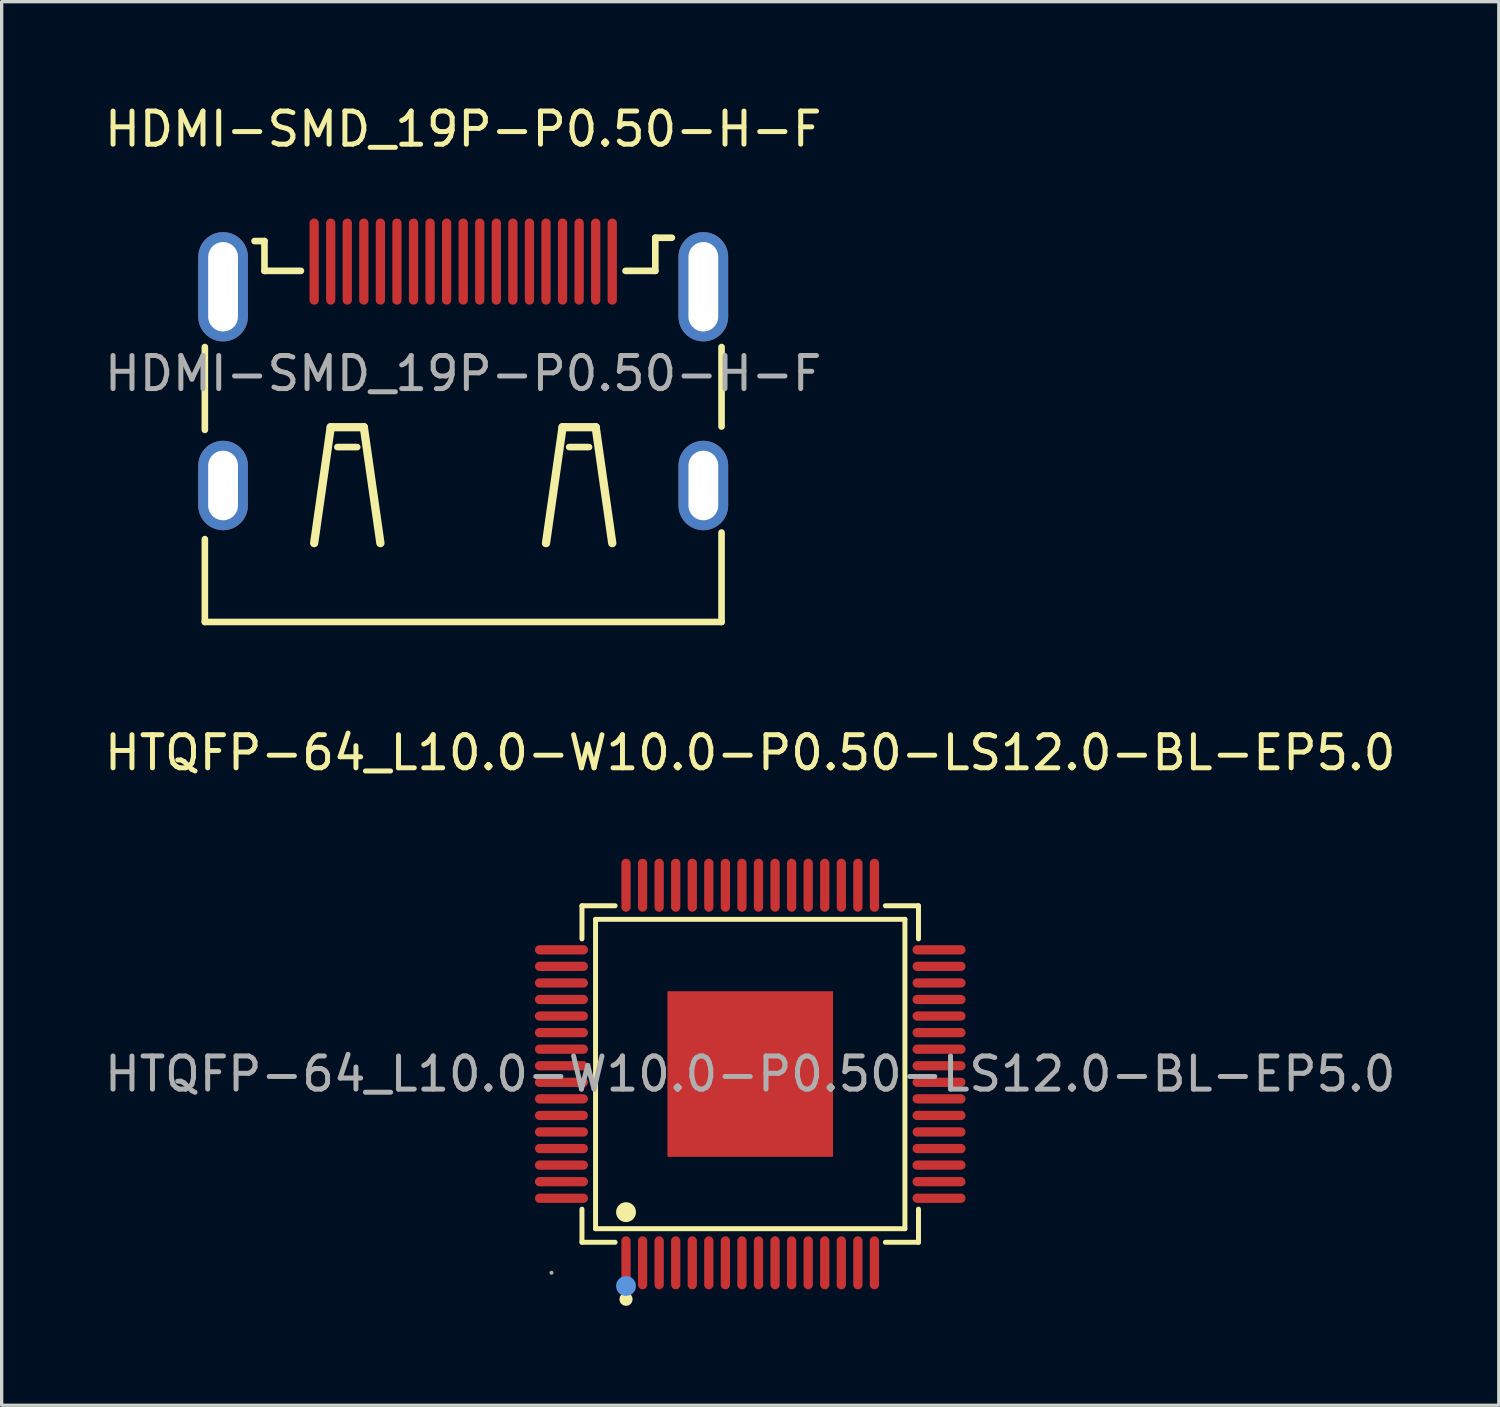
<source format=kicad_pcb>
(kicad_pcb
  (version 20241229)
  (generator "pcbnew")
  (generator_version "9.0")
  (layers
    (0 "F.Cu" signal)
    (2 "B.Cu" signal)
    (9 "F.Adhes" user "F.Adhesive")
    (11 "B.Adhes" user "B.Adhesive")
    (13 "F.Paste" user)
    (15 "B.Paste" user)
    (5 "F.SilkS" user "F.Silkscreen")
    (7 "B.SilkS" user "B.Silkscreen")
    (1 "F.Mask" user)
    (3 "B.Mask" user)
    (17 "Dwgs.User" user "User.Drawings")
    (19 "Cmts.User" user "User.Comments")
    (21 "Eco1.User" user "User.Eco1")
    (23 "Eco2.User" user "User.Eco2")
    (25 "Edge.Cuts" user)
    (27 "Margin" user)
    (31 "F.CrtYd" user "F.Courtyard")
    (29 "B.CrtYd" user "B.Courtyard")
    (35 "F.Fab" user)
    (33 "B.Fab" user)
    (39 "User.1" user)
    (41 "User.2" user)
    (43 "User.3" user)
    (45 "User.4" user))
  (footprint "HTQFP-64_L10.0-W10.0-P0.50-LS12.0-BL-EP5.0"
    (layer "F.Cu")
    (at 19.601 29.377)
    (property "Reference" "HTQFP-64_L10.0-W10.0-P0.50-LS12.0-BL-EP5.0" (at 0 -9.7 0) (layer "F.SilkS") (effects (font (size 1 1) (thickness 0.15))))
    (attr smd)
    (fp_line (start -5.08 -5.08) (end -4.08 -5.08) (stroke (width 0.15) (type solid)) (layer "F.SilkS"))
    (fp_line (start -5.08 -4.08) (end -5.08 -5.08) (stroke (width 0.15) (type solid)) (layer "F.SilkS"))
    (fp_line (start -5.08 4.08) (end -5.08 5.08) (stroke (width 0.15) (type solid)) (layer "F.SilkS"))
    (fp_line (start -5.08 5.08) (end -4.08 5.08) (stroke (width 0.15) (type solid)) (layer "F.SilkS"))
    (fp_line (start -4.67 -4.67) (end 4.67 -4.67) (stroke (width 0.15) (type solid)) (layer "F.SilkS"))
    (fp_line (start -4.67 4.67) (end -4.67 -4.67) (stroke (width 0.15) (type solid)) (layer "F.SilkS"))
    (fp_line (start 4.67 -4.67) (end 4.67 4.67) (stroke (width 0.15) (type solid)) (layer "F.SilkS"))
    (fp_line (start 4.67 4.67) (end -4.67 4.67) (stroke (width 0.15) (type solid)) (layer "F.SilkS"))
    (fp_line (start 5.08 -5.08) (end 4.08 -5.08) (stroke (width 0.15) (type solid)) (layer "F.SilkS"))
    (fp_line (start 5.08 -4.08) (end 5.08 -5.08) (stroke (width 0.15) (type solid)) (layer "F.SilkS"))
    (fp_line (start 5.08 4.08) (end 5.08 5.08) (stroke (width 0.15) (type solid)) (layer "F.SilkS"))
    (fp_line (start 5.08 5.08) (end 4.08 5.08) (stroke (width 0.15) (type solid)) (layer "F.SilkS"))
    (fp_circle (center -3.75 4.17) (end -3.6 4.17) (stroke (width 0.3) (type solid)) (fill no) (layer "F.SilkS"))
    (fp_circle (center -3.75 6.8) (end -3.65 6.8) (stroke (width 0.2) (type solid)) (fill no) (layer "F.SilkS"))
    (fp_circle (center -3.75 6.4) (end -3.6 6.4) (stroke (width 0.3) (type solid)) (fill no) (layer "Cmts.User"))
    (fp_circle (center -6 6) (end -5.97 6) (stroke (width 0.06) (type solid)) (fill no) (layer "F.Fab"))
    (fp_text user "${REFERENCE}" (at 0 0 0) (layer "F.Fab") (effects (font (size 1 1) (thickness 0.15))))
    (pad "1" smd oval (at -3.75 5.7) (size 0.28 1.6) (layers "F.Cu" "F.Mask" "F.Paste"))
    (pad "2" smd oval (at -3.25 5.7) (size 0.28 1.6) (layers "F.Cu" "F.Mask" "F.Paste"))
    (pad "3" smd oval (at -2.75 5.7) (size 0.28 1.6) (layers "F.Cu" "F.Mask" "F.Paste"))
    (pad "4" smd oval (at -2.25 5.7) (size 0.28 1.6) (layers "F.Cu" "F.Mask" "F.Paste"))
    (pad "5" smd oval (at -1.75 5.7) (size 0.28 1.6) (layers "F.Cu" "F.Mask" "F.Paste"))
    (pad "6" smd oval (at -1.25 5.7) (size 0.28 1.6) (layers "F.Cu" "F.Mask" "F.Paste"))
    (pad "7" smd oval (at -0.75 5.7) (size 0.28 1.6) (layers "F.Cu" "F.Mask" "F.Paste"))
    (pad "8" smd oval (at -0.25 5.7) (size 0.28 1.6) (layers "F.Cu" "F.Mask" "F.Paste"))
    (pad "9" smd oval (at 0.25 5.7) (size 0.28 1.6) (layers "F.Cu" "F.Mask" "F.Paste"))
    (pad "10" smd oval (at 0.75 5.7) (size 0.28 1.6) (layers "F.Cu" "F.Mask" "F.Paste"))
    (pad "11" smd oval (at 1.25 5.7) (size 0.28 1.6) (layers "F.Cu" "F.Mask" "F.Paste"))
    (pad "12" smd oval (at 1.75 5.7) (size 0.28 1.6) (layers "F.Cu" "F.Mask" "F.Paste"))
    (pad "13" smd oval (at 2.25 5.7) (size 0.28 1.6) (layers "F.Cu" "F.Mask" "F.Paste"))
    (pad "14" smd oval (at 2.75 5.7) (size 0.28 1.6) (layers "F.Cu" "F.Mask" "F.Paste"))
    (pad "15" smd oval (at 3.25 5.7) (size 0.28 1.6) (layers "F.Cu" "F.Mask" "F.Paste"))
    (pad "16" smd oval (at 3.75 5.7) (size 0.28 1.6) (layers "F.Cu" "F.Mask" "F.Paste"))
    (pad "17" smd oval (at 5.7 3.75) (size 1.6 0.28) (layers "F.Cu" "F.Mask" "F.Paste"))
    (pad "18" smd oval (at 5.7 3.25) (size 1.6 0.28) (layers "F.Cu" "F.Mask" "F.Paste"))
    (pad "19" smd oval (at 5.7 2.75) (size 1.6 0.28) (layers "F.Cu" "F.Mask" "F.Paste"))
    (pad "20" smd oval (at 5.7 2.25) (size 1.6 0.28) (layers "F.Cu" "F.Mask" "F.Paste"))
    (pad "21" smd oval (at 5.7 1.75) (size 1.6 0.28) (layers "F.Cu" "F.Mask" "F.Paste"))
    (pad "22" smd oval (at 5.7 1.25) (size 1.6 0.28) (layers "F.Cu" "F.Mask" "F.Paste"))
    (pad "23" smd oval (at 5.7 0.75) (size 1.6 0.28) (layers "F.Cu" "F.Mask" "F.Paste"))
    (pad "24" smd oval (at 5.7 0.25) (size 1.6 0.28) (layers "F.Cu" "F.Mask" "F.Paste"))
    (pad "25" smd oval (at 5.7 -0.25) (size 1.6 0.28) (layers "F.Cu" "F.Mask" "F.Paste"))
    (pad "26" smd oval (at 5.7 -0.75) (size 1.6 0.28) (layers "F.Cu" "F.Mask" "F.Paste"))
    (pad "27" smd oval (at 5.7 -1.25) (size 1.6 0.28) (layers "F.Cu" "F.Mask" "F.Paste"))
    (pad "28" smd oval (at 5.7 -1.75) (size 1.6 0.28) (layers "F.Cu" "F.Mask" "F.Paste"))
    (pad "29" smd oval (at 5.7 -2.25) (size 1.6 0.28) (layers "F.Cu" "F.Mask" "F.Paste"))
    (pad "30" smd oval (at 5.7 -2.75) (size 1.6 0.28) (layers "F.Cu" "F.Mask" "F.Paste"))
    (pad "31" smd oval (at 5.7 -3.25) (size 1.6 0.28) (layers "F.Cu" "F.Mask" "F.Paste"))
    (pad "32" smd oval (at 5.7 -3.75) (size 1.6 0.28) (layers "F.Cu" "F.Mask" "F.Paste"))
    (pad "33" smd oval (at 3.75 -5.7) (size 0.28 1.6) (layers "F.Cu" "F.Mask" "F.Paste"))
    (pad "34" smd oval (at 3.25 -5.7) (size 0.28 1.6) (layers "F.Cu" "F.Mask" "F.Paste"))
    (pad "35" smd oval (at 2.75 -5.7) (size 0.28 1.6) (layers "F.Cu" "F.Mask" "F.Paste"))
    (pad "36" smd oval (at 2.25 -5.7) (size 0.28 1.6) (layers "F.Cu" "F.Mask" "F.Paste"))
    (pad "37" smd oval (at 1.75 -5.7) (size 0.28 1.6) (layers "F.Cu" "F.Mask" "F.Paste"))
    (pad "38" smd oval (at 1.25 -5.7) (size 0.28 1.6) (layers "F.Cu" "F.Mask" "F.Paste"))
    (pad "39" smd oval (at 0.75 -5.7) (size 0.28 1.6) (layers "F.Cu" "F.Mask" "F.Paste"))
    (pad "40" smd oval (at 0.25 -5.7) (size 0.28 1.6) (layers "F.Cu" "F.Mask" "F.Paste"))
    (pad "41" smd oval (at -0.25 -5.7) (size 0.28 1.6) (layers "F.Cu" "F.Mask" "F.Paste"))
    (pad "42" smd oval (at -0.75 -5.7) (size 0.28 1.6) (layers "F.Cu" "F.Mask" "F.Paste"))
    (pad "43" smd oval (at -1.25 -5.7) (size 0.28 1.6) (layers "F.Cu" "F.Mask" "F.Paste"))
    (pad "44" smd oval (at -1.75 -5.7) (size 0.28 1.6) (layers "F.Cu" "F.Mask" "F.Paste"))
    (pad "45" smd oval (at -2.25 -5.7) (size 0.28 1.6) (layers "F.Cu" "F.Mask" "F.Paste"))
    (pad "46" smd oval (at -2.75 -5.7) (size 0.28 1.6) (layers "F.Cu" "F.Mask" "F.Paste"))
    (pad "47" smd oval (at -3.25 -5.7) (size 0.28 1.6) (layers "F.Cu" "F.Mask" "F.Paste"))
    (pad "48" smd oval (at -3.75 -5.7) (size 0.28 1.6) (layers "F.Cu" "F.Mask" "F.Paste"))
    (pad "49" smd oval (at -5.7 -3.75) (size 1.6 0.28) (layers "F.Cu" "F.Mask" "F.Paste"))
    (pad "50" smd oval (at -5.7 -3.25) (size 1.6 0.28) (layers "F.Cu" "F.Mask" "F.Paste"))
    (pad "51" smd oval (at -5.7 -2.75) (size 1.6 0.28) (layers "F.Cu" "F.Mask" "F.Paste"))
    (pad "52" smd oval (at -5.7 -2.25) (size 1.6 0.28) (layers "F.Cu" "F.Mask" "F.Paste"))
    (pad "53" smd oval (at -5.7 -1.75) (size 1.6 0.28) (layers "F.Cu" "F.Mask" "F.Paste"))
    (pad "54" smd oval (at -5.7 -1.25) (size 1.6 0.28) (layers "F.Cu" "F.Mask" "F.Paste"))
    (pad "55" smd oval (at -5.7 -0.75) (size 1.6 0.28) (layers "F.Cu" "F.Mask" "F.Paste"))
    (pad "56" smd oval (at -5.7 -0.25) (size 1.6 0.28) (layers "F.Cu" "F.Mask" "F.Paste"))
    (pad "57" smd oval (at -5.7 0.25) (size 1.6 0.28) (layers "F.Cu" "F.Mask" "F.Paste"))
    (pad "58" smd oval (at -5.7 0.75) (size 1.6 0.28) (layers "F.Cu" "F.Mask" "F.Paste"))
    (pad "59" smd oval (at -5.7 1.25) (size 1.6 0.28) (layers "F.Cu" "F.Mask" "F.Paste"))
    (pad "60" smd oval (at -5.7 1.75) (size 1.6 0.28) (layers "F.Cu" "F.Mask" "F.Paste"))
    (pad "61" smd oval (at -5.7 2.25) (size 1.6 0.28) (layers "F.Cu" "F.Mask" "F.Paste"))
    (pad "62" smd oval (at -5.7 2.75) (size 1.6 0.28) (layers "F.Cu" "F.Mask" "F.Paste"))
    (pad "63" smd oval (at -5.7 3.25) (size 1.6 0.28) (layers "F.Cu" "F.Mask" "F.Paste"))
    (pad "64" smd oval (at -5.7 3.75) (size 1.6 0.28) (layers "F.Cu" "F.Mask" "F.Paste"))
    (pad "65" smd rect (at 0 0) (size 5 5) (layers "F.Cu" "F.Mask" "F.Paste")))
  (footprint "HDMI-SMD_19P-P0.50-H-F"
    (layer "F.Cu")
    (at 10.935 8.228)
    (property "Reference" "HDMI-SMD_19P-P0.50-H-F" (at 0 -7.38 0) (layer "F.SilkS") (effects (font (size 1 1) (thickness 0.15))))
    (attr smd)
    (fp_line (start -7.8 -0.8) (end -7.8 1.7) (stroke (width 0.2) (type solid)) (layer "F.SilkS"))
    (fp_line (start -7.8 5) (end -7.8 7.5) (stroke (width 0.2) (type solid)) (layer "F.SilkS"))
    (fp_line (start -7.8 7.5) (end 7.8 7.5) (stroke (width 0.2) (type solid)) (layer "F.SilkS"))
    (fp_line (start -6 -4) (end -6.3 -4) (stroke (width 0.2) (type solid)) (layer "F.SilkS"))
    (fp_line (start -6 -3.1) (end -6 -4) (stroke (width 0.2) (type solid)) (layer "F.SilkS"))
    (fp_line (start -4.9 -3.1) (end -6 -3.1) (stroke (width 0.2) (type solid)) (layer "F.SilkS"))
    (fp_line (start -4 1.62) (end -4.5 5.12) (stroke (width 0.25) (type solid)) (layer "F.SilkS"))
    (fp_line (start -3.2 2.22) (end -3.8 2.22) (stroke (width 0.2) (type solid)) (layer "F.SilkS"))
    (fp_line (start -3 1.62) (end -4 1.62) (stroke (width 0.25) (type solid)) (layer "F.SilkS"))
    (fp_line (start -2.5 5.12) (end -3 1.62) (stroke (width 0.25) (type solid)) (layer "F.SilkS"))
    (fp_line (start 2.5 5.12) (end 3 1.62) (stroke (width 0.25) (type solid)) (layer "F.SilkS"))
    (fp_line (start 3 1.62) (end 4 1.62) (stroke (width 0.25) (type solid)) (layer "F.SilkS"))
    (fp_line (start 3.2 2.22) (end 3.8 2.22) (stroke (width 0.2) (type solid)) (layer "F.SilkS"))
    (fp_line (start 4 1.62) (end 4.5 5.12) (stroke (width 0.25) (type solid)) (layer "F.SilkS"))
    (fp_line (start 4.9 -3.1) (end 5.8 -3.1) (stroke (width 0.2) (type solid)) (layer "F.SilkS"))
    (fp_line (start 5.8 -4.1) (end 6.3 -4.1) (stroke (width 0.2) (type solid)) (layer "F.SilkS"))
    (fp_line (start 5.8 -3.1) (end 5.8 -4.1) (stroke (width 0.2) (type solid)) (layer "F.SilkS"))
    (fp_line (start 7.8 -0.8) (end 7.8 1.6) (stroke (width 0.2) (type solid)) (layer "F.SilkS"))
    (fp_line (start 7.8 7.5) (end 7.8 4.8) (stroke (width 0.2) (type solid)) (layer "F.SilkS"))
    (fp_circle (center 7.4 -3.7) (end 7.5 -3.7) (stroke (width 0.2) (type solid)) (fill no) (layer "F.Fab"))
    (fp_text user "${REFERENCE}" (at 0 0 0) (layer "F.Fab") (effects (font (size 1 1) (thickness 0.15))))
    (pad "1" smd oval (at 4.5 -3.38) (size 0.28 2.6) (layers "F.Cu" "F.Mask" "F.Paste"))
    (pad "2" smd oval (at 4 -3.38) (size 0.28 2.6) (layers "F.Cu" "F.Mask" "F.Paste"))
    (pad "3" smd oval (at 3.5 -3.38) (size 0.28 2.6) (layers "F.Cu" "F.Mask" "F.Paste"))
    (pad "4" smd oval (at 3 -3.38) (size 0.28 2.6) (layers "F.Cu" "F.Mask" "F.Paste"))
    (pad "5" smd oval (at 2.5 -3.38) (size 0.28 2.6) (layers "F.Cu" "F.Mask" "F.Paste"))
    (pad "6" smd oval (at 2 -3.38) (size 0.28 2.6) (layers "F.Cu" "F.Mask" "F.Paste"))
    (pad "7" smd oval (at 1.5 -3.38) (size 0.28 2.6) (layers "F.Cu" "F.Mask" "F.Paste"))
    (pad "8" smd oval (at 1 -3.38) (size 0.28 2.6) (layers "F.Cu" "F.Mask" "F.Paste"))
    (pad "9" smd oval (at 0.5 -3.38) (size 0.28 2.6) (layers "F.Cu" "F.Mask" "F.Paste"))
    (pad "10" smd oval (at 0 -3.38) (size 0.28 2.6) (layers "F.Cu" "F.Mask" "F.Paste"))
    (pad "11" smd oval (at -0.5 -3.38) (size 0.28 2.6) (layers "F.Cu" "F.Mask" "F.Paste"))
    (pad "12" smd oval (at -1 -3.38) (size 0.28 2.6) (layers "F.Cu" "F.Mask" "F.Paste"))
    (pad "13" smd oval (at -1.5 -3.38) (size 0.28 2.6) (layers "F.Cu" "F.Mask" "F.Paste"))
    (pad "14" smd oval (at -2 -3.38) (size 0.28 2.6) (layers "F.Cu" "F.Mask" "F.Paste"))
    (pad "15" smd oval (at -2.5 -3.38) (size 0.28 2.6) (layers "F.Cu" "F.Mask" "F.Paste"))
    (pad "16" smd oval (at -3 -3.38) (size 0.28 2.6) (layers "F.Cu" "F.Mask" "F.Paste"))
    (pad "17" smd oval (at -3.5 -3.38) (size 0.28 2.6) (layers "F.Cu" "F.Mask" "F.Paste"))
    (pad "18" smd oval (at -4 -3.38) (size 0.28 2.6) (layers "F.Cu" "F.Mask" "F.Paste"))
    (pad "19" smd oval (at -4.5 -3.38) (size 0.28 2.6) (layers "F.Cu" "F.Mask" "F.Paste"))
    (pad "20" thru_hole oval (at 7.25 3.38) (size 1.5 2.7) (drill oval 0.9 2.1) (layers "*.Cu" "*.Mask"))
    (pad "21" thru_hole oval (at -7.25 3.38) (size 1.5 2.7) (drill oval 0.9 2.1) (layers "*.Cu" "*.Mask"))
    (pad "22" thru_hole oval (at 7.25 -2.62) (size 1.5 3.3) (drill oval 0.9 2.7) (layers "*.Cu" "*.Mask"))
    (pad "23" thru_hole oval (at -7.25 -2.62) (size 1.5 3.3) (drill oval 0.9 2.7) (layers "*.Cu" "*.Mask")))
  (gr_rect
    (start -3 -3)
    (end 42.202 39.377)
    (stroke (width 0.1) (type default))
    (fill no)
    (layer "Edge.Cuts")))
</source>
